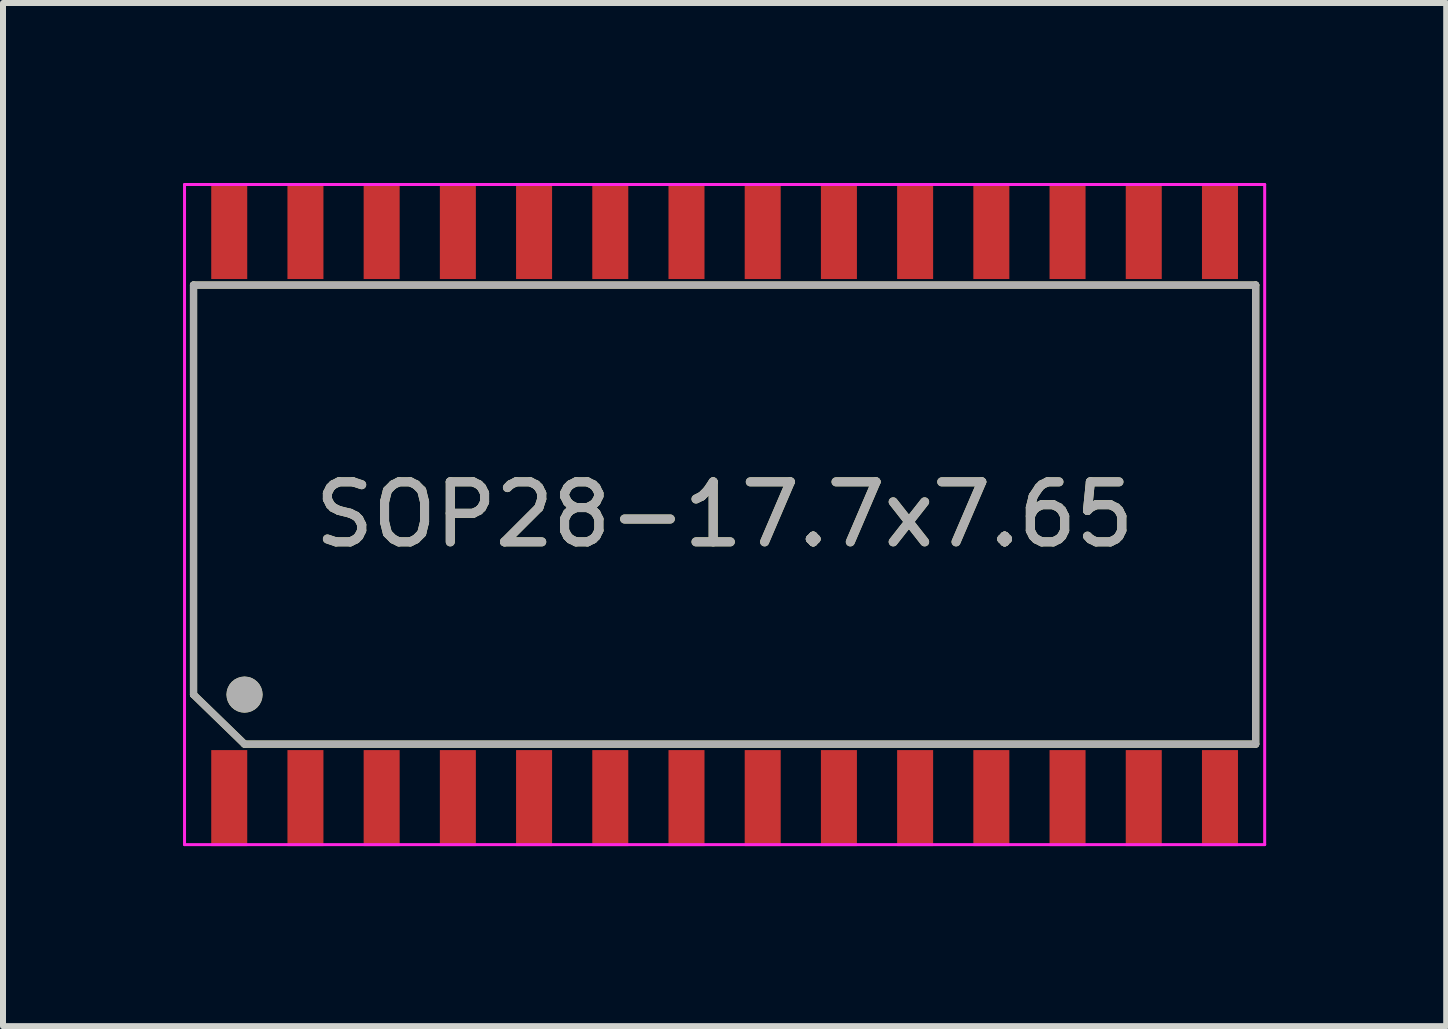
<source format=kicad_pcb>
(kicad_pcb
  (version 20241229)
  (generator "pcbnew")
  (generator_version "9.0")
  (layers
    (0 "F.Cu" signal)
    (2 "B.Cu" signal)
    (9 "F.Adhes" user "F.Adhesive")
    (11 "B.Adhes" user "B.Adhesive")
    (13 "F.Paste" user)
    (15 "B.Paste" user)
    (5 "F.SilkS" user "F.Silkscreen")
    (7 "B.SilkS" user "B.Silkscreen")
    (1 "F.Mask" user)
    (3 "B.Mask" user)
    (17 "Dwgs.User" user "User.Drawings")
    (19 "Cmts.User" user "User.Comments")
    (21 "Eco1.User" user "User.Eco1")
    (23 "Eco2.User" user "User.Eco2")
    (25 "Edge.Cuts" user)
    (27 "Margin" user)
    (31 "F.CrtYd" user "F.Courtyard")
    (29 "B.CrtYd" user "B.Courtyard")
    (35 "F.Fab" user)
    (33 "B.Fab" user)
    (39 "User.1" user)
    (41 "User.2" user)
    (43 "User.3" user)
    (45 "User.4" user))
  (footprint "SOP28-17.7x7.65"
    (layer "F.Cu")
    (at 9.025 5.525)
    (property "Reference" "SOP28-17.7x7.65" (at 0 0 0) (layer "F.SilkS") (effects (font (size 1 1) (thickness 0.15))))
    (attr smd)
    (fp_line (start -8.85 -3.825) (end -8.85 3) (stroke (width 0.12) (type solid)) (layer "F.SilkS"))
    (fp_line (start -8 3.825) (end -8.85 3) (stroke (width 0.12) (type solid)) (layer "F.SilkS"))
    (fp_line (start -8 3.825) (end 8.85 3.825) (stroke (width 0.12) (type solid)) (layer "F.SilkS"))
    (fp_line (start 8.85 -3.825) (end -8.85 -3.825) (stroke (width 0.12) (type solid)) (layer "F.SilkS"))
    (fp_line (start 8.85 3.825) (end 8.85 -3.825) (stroke (width 0.12) (type solid)) (layer "F.SilkS"))
    (fp_circle (center -8 3) (end -7.85 3) (stroke (width 0.3) (type solid)) (fill no) (layer "F.SilkS"))
    (fp_line (start -9 -5.5) (end -9 5.5) (stroke (width 0.05) (type solid)) (layer "F.CrtYd"))
    (fp_line (start -9 5.5) (end 9 5.5) (stroke (width 0.05) (type solid)) (layer "F.CrtYd"))
    (fp_line (start 9 -5.5) (end -9 -5.5) (stroke (width 0.05) (type solid)) (layer "F.CrtYd"))
    (fp_line (start 9 5.5) (end 9 -5.5) (stroke (width 0.05) (type solid)) (layer "F.CrtYd"))
    (fp_line (start -8.85 -3.825) (end -8.85 3) (stroke (width 0.12) (type solid)) (layer "F.Fab"))
    (fp_line (start -8 3.825) (end -8.85 3) (stroke (width 0.12) (type solid)) (layer "F.Fab"))
    (fp_line (start -8 3.825) (end 8.85 3.825) (stroke (width 0.12) (type solid)) (layer "F.Fab"))
    (fp_line (start 8.85 -3.825) (end -8.85 -3.825) (stroke (width 0.12) (type solid)) (layer "F.Fab"))
    (fp_line (start 8.85 3.825) (end 8.85 -3.825) (stroke (width 0.12) (type solid)) (layer "F.Fab"))
    (fp_circle (center -8 3) (end -7.85 3) (stroke (width 0.3) (type solid)) (fill no) (layer "F.Fab"))
    (fp_text user "${REFERENCE}" (at 0 0 0) (layer "F.Fab") (effects (font (size 1 1) (thickness 0.15))))
    (pad "1" smd rect (at -8.255 4.725) (size 0.6 1.6) (layers "F.Cu" "F.Mask" "F.Paste"))
    (pad "2" smd rect (at -6.985 4.725) (size 0.6 1.6) (layers "F.Cu" "F.Mask" "F.Paste"))
    (pad "3" smd rect (at -5.715 4.725) (size 0.6 1.6) (layers "F.Cu" "F.Mask" "F.Paste"))
    (pad "4" smd rect (at -4.445 4.725) (size 0.6 1.6) (layers "F.Cu" "F.Mask" "F.Paste"))
    (pad "5" smd rect (at -3.175 4.725) (size 0.6 1.6) (layers "F.Cu" "F.Mask" "F.Paste"))
    (pad "6" smd rect (at -1.905 4.725) (size 0.6 1.6) (layers "F.Cu" "F.Mask" "F.Paste"))
    (pad "7" smd rect (at -0.635 4.725) (size 0.6 1.6) (layers "F.Cu" "F.Mask" "F.Paste"))
    (pad "8" smd rect (at 0.635 4.725) (size 0.6 1.6) (layers "F.Cu" "F.Mask" "F.Paste"))
    (pad "9" smd rect (at 1.905 4.725) (size 0.6 1.6) (layers "F.Cu" "F.Mask" "F.Paste"))
    (pad "10" smd rect (at 3.175 4.725) (size 0.6 1.6) (layers "F.Cu" "F.Mask" "F.Paste"))
    (pad "11" smd rect (at 4.445 4.725) (size 0.6 1.6) (layers "F.Cu" "F.Mask" "F.Paste"))
    (pad "12" smd rect (at 5.715 4.725) (size 0.6 1.6) (layers "F.Cu" "F.Mask" "F.Paste"))
    (pad "13" smd rect (at 6.985 4.725) (size 0.6 1.6) (layers "F.Cu" "F.Mask" "F.Paste"))
    (pad "14" smd rect (at 8.255 4.725) (size 0.6 1.6) (layers "F.Cu" "F.Mask" "F.Paste"))
    (pad "15" smd rect (at 8.255 -4.725) (size 0.6 1.6) (layers "F.Cu" "F.Mask" "F.Paste"))
    (pad "16" smd rect (at 6.985 -4.725) (size 0.6 1.6) (layers "F.Cu" "F.Mask" "F.Paste"))
    (pad "17" smd rect (at 5.715 -4.725) (size 0.6 1.6) (layers "F.Cu" "F.Mask" "F.Paste"))
    (pad "18" smd rect (at 4.445 -4.725) (size 0.6 1.6) (layers "F.Cu" "F.Mask" "F.Paste"))
    (pad "19" smd rect (at 3.175 -4.725) (size 0.6 1.6) (layers "F.Cu" "F.Mask" "F.Paste"))
    (pad "20" smd rect (at 1.905 -4.725) (size 0.6 1.6) (layers "F.Cu" "F.Mask" "F.Paste"))
    (pad "21" smd rect (at 0.635 -4.725) (size 0.6 1.6) (layers "F.Cu" "F.Mask" "F.Paste"))
    (pad "22" smd rect (at -0.635 -4.725) (size 0.6 1.6) (layers "F.Cu" "F.Mask" "F.Paste"))
    (pad "23" smd rect (at -1.905 -4.725) (size 0.6 1.6) (layers "F.Cu" "F.Mask" "F.Paste"))
    (pad "24" smd rect (at -3.175 -4.725) (size 0.6 1.6) (layers "F.Cu" "F.Mask" "F.Paste"))
    (pad "25" smd rect (at -4.445 -4.725) (size 0.6 1.6) (layers "F.Cu" "F.Mask" "F.Paste"))
    (pad "26" smd rect (at -5.715 -4.725) (size 0.6 1.6) (layers "F.Cu" "F.Mask" "F.Paste"))
    (pad "27" smd rect (at -6.985 -4.725) (size 0.6 1.6) (layers "F.Cu" "F.Mask" "F.Paste"))
    (pad "28" smd rect (at -8.255 -4.725) (size 0.6 1.6) (layers "F.Cu" "F.Mask" "F.Paste")))
  (gr_rect
    (start -3 -3)
    (end 21.05 14.05)
    (stroke (width 0.1) (type default))
    (fill no)
    (layer "Edge.Cuts")))
</source>
